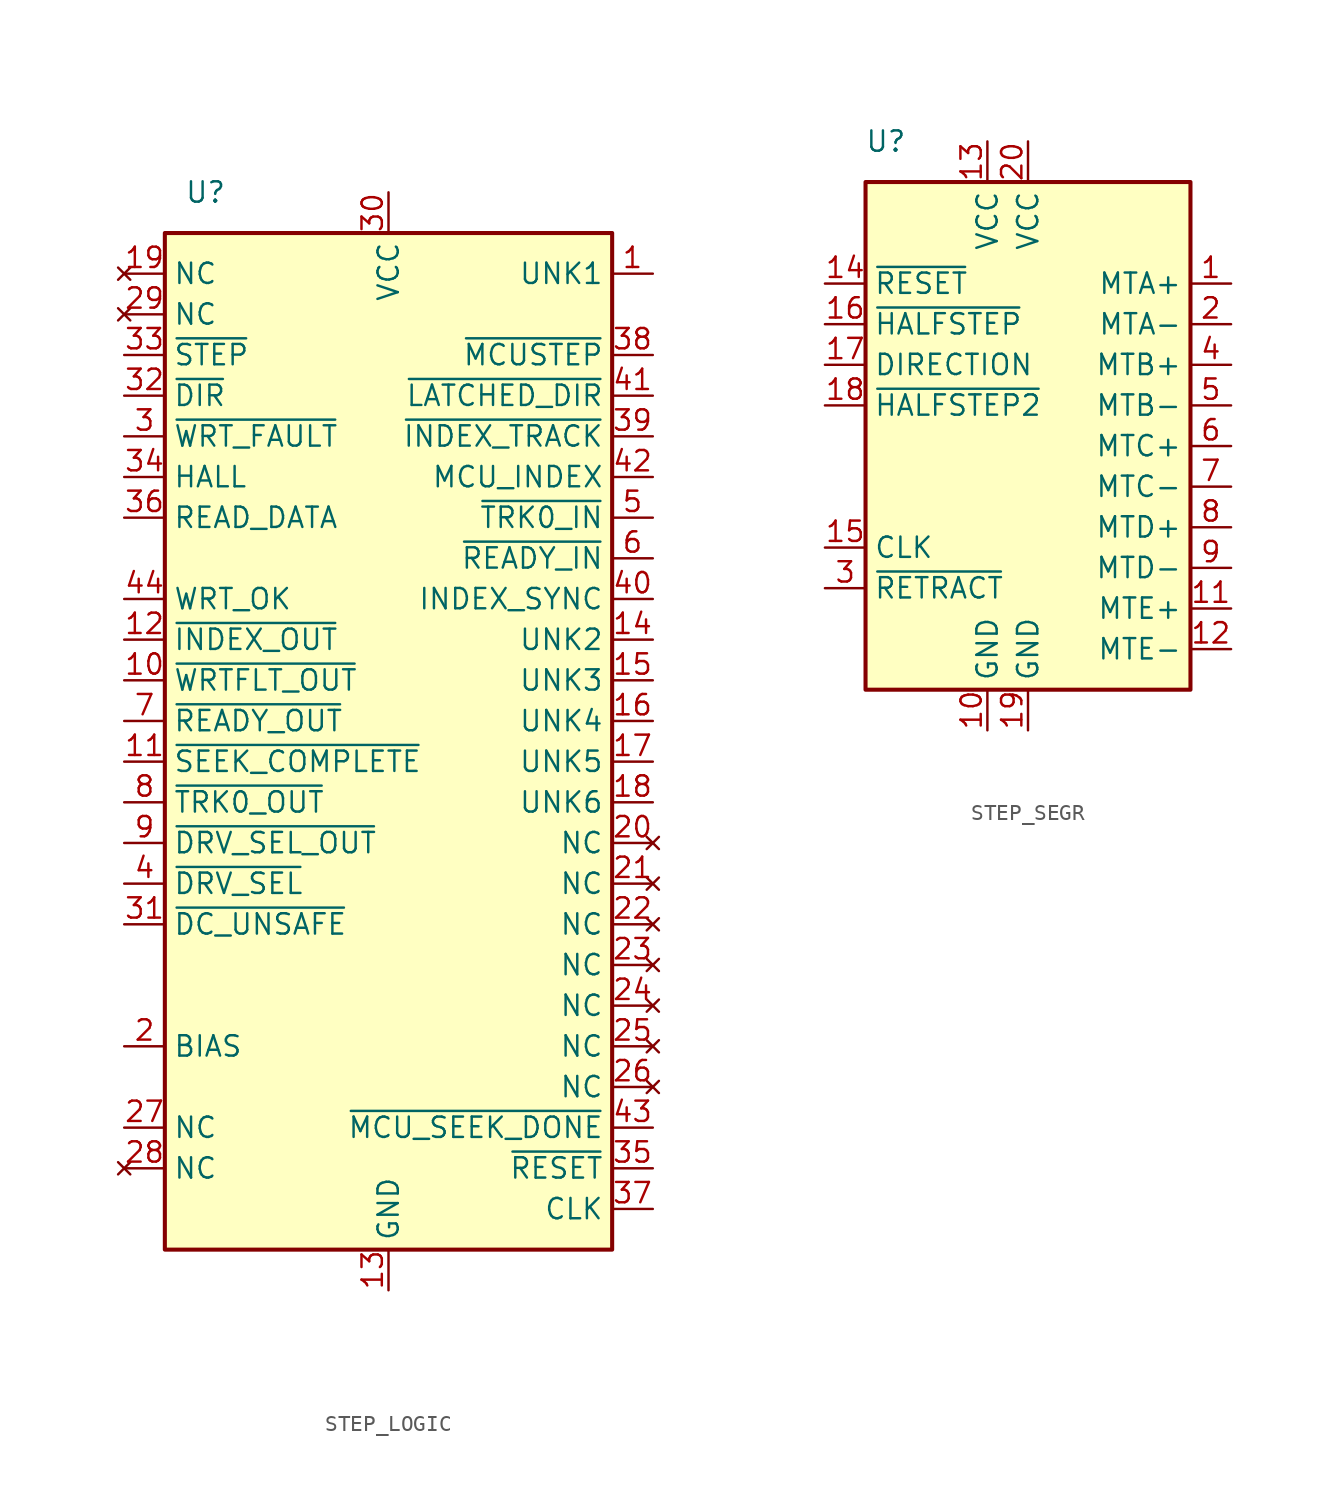
<source format=kicad_sym>
(kicad_symbol_lib
  (version 20220914)
  (generator kicad_symbol_editor)
  (symbol "STEP_LOGIC"
    (property "Reference" "U"
      (at 2.54 2.54 0)
      (effects (font (size 1.27 1.27))))
    (property "Value" ""
      (at 0 0 0)
      (effects (font (size 1.27 1.27))))
    (symbol "STEP_LOGIC_1_1"
      (rectangle (start 0 0) (end 27.94 -63.5) (stroke (width 0.254) (type default)) (fill (type background)))
      (pin unspecified line (at 30.48 -2.54 180) (length 2.54) (name "UNK1" (effects (font (size 1.27 1.27)))) (number "1" (effects (font (size 1.27 1.27)))))
      (pin output line (at -2.54 -27.94 0) (length 2.54) (name "~{WRTFLT_OUT}" (effects (font (size 1.27 1.27)))) (number "10" (effects (font (size 1.27 1.27)))))
      (pin output line (at -2.54 -33.02 0) (length 2.54) (name "~{SEEK_COMPLETE}" (effects (font (size 1.27 1.27)))) (number "11" (effects (font (size 1.27 1.27)))))
      (pin output line (at -2.54 -25.4 0) (length 2.54) (name "~{INDEX_OUT}" (effects (font (size 1.27 1.27)))) (number "12" (effects (font (size 1.27 1.27)))))
      (pin power_in line (at 13.97 -66.04 90) (length 2.54) (name "GND" (effects (font (size 1.27 1.27)))) (number "13" (effects (font (size 1.27 1.27)))))
      (pin unspecified line (at 30.48 -25.4 180) (length 2.54) (name "UNK2" (effects (font (size 1.27 1.27)))) (number "14" (effects (font (size 1.27 1.27)))))
      (pin unspecified line (at 30.48 -27.94 180) (length 2.54) (name "UNK3" (effects (font (size 1.27 1.27)))) (number "15" (effects (font (size 1.27 1.27)))))
      (pin unspecified line (at 30.48 -30.48 180) (length 2.54) (name "UNK4" (effects (font (size 1.27 1.27)))) (number "16" (effects (font (size 1.27 1.27)))))
      (pin unspecified line (at 30.48 -33.02 180) (length 2.54) (name "UNK5" (effects (font (size 1.27 1.27)))) (number "17" (effects (font (size 1.27 1.27)))))
      (pin unspecified line (at 30.48 -35.56 180) (length 2.54) (name "UNK6" (effects (font (size 1.27 1.27)))) (number "18" (effects (font (size 1.27 1.27)))))
      (pin no_connect line (at -2.54 -2.54 0) (length 2.54) (name "NC" (effects (font (size 1.27 1.27)))) (number "19" (effects (font (size 1.27 1.27)))))
      (pin passive line (at -2.54 -50.8 0) (length 2.54) (name "BIAS" (effects (font (size 1.27 1.27)))) (number "2" (effects (font (size 1.27 1.27)))))
      (pin no_connect line (at 30.48 -38.1 180) (length 2.54) (name "NC" (effects (font (size 1.27 1.27)))) (number "20" (effects (font (size 1.27 1.27)))))
      (pin no_connect line (at 30.48 -40.64 180) (length 2.54) (name "NC" (effects (font (size 1.27 1.27)))) (number "21" (effects (font (size 1.27 1.27)))))
      (pin no_connect line (at 30.48 -43.18 180) (length 2.54) (name "NC" (effects (font (size 1.27 1.27)))) (number "22" (effects (font (size 1.27 1.27)))))
      (pin no_connect line (at 30.48 -45.72 180) (length 2.54) (name "NC" (effects (font (size 1.27 1.27)))) (number "23" (effects (font (size 1.27 1.27)))))
      (pin no_connect line (at 30.48 -48.26 180) (length 2.54) (name "NC" (effects (font (size 1.27 1.27)))) (number "24" (effects (font (size 1.27 1.27)))))
      (pin no_connect line (at 30.48 -50.8 180) (length 2.54) (name "NC" (effects (font (size 1.27 1.27)))) (number "25" (effects (font (size 1.27 1.27)))))
      (pin no_connect line (at 30.48 -53.34 180) (length 2.54) (name "NC" (effects (font (size 1.27 1.27)))) (number "26" (effects (font (size 1.27 1.27)))))
      (pin passive line (at -2.54 -55.88 0) (length 2.54) (name "NC" (effects (font (size 1.27 1.27)))) (number "27" (effects (font (size 1.27 1.27)))))
      (pin no_connect line (at -2.54 -58.42 0) (length 2.54) (name "NC" (effects (font (size 1.27 1.27)))) (number "28" (effects (font (size 1.27 1.27)))))
      (pin no_connect line (at -2.54 -5.08 0) (length 2.54) (name "NC" (effects (font (size 1.27 1.27)))) (number "29" (effects (font (size 1.27 1.27)))))
      (pin input line (at -2.54 -12.7 0) (length 2.54) (name "~{WRT_FAULT}" (effects (font (size 1.27 1.27)))) (number "3" (effects (font (size 1.27 1.27)))))
      (pin power_in line (at 13.97 2.54 270) (length 2.54) (name "VCC" (effects (font (size 1.27 1.27)))) (number "30" (effects (font (size 1.27 1.27)))))
      (pin input line (at -2.54 -43.18 0) (length 2.54) (name "~{DC_UNSAFE}" (effects (font (size 1.27 1.27)))) (number "31" (effects (font (size 1.27 1.27)))))
      (pin input line (at -2.54 -10.16 0) (length 2.54) (name "~{DIR}" (effects (font (size 1.27 1.27)))) (number "32" (effects (font (size 1.27 1.27)))))
      (pin input line (at -2.54 -7.62 0) (length 2.54) (name "~{STEP}" (effects (font (size 1.27 1.27)))) (number "33" (effects (font (size 1.27 1.27)))))
      (pin input line (at -2.54 -15.24 0) (length 2.54) (name "HALL" (effects (font (size 1.27 1.27)))) (number "34" (effects (font (size 1.27 1.27)))))
      (pin input line (at 30.48 -58.42 180) (length 2.54) (name "~{RESET}" (effects (font (size 1.27 1.27)))) (number "35" (effects (font (size 1.27 1.27)))))
      (pin input line (at -2.54 -17.78 0) (length 2.54) (name "READ_DATA" (effects (font (size 1.27 1.27)))) (number "36" (effects (font (size 1.27 1.27)))))
      (pin input line (at 30.48 -60.96 180) (length 2.54) (name "CLK" (effects (font (size 1.27 1.27)))) (number "37" (effects (font (size 1.27 1.27)))))
      (pin output line (at 30.48 -7.62 180) (length 2.54) (name "~{MCUSTEP}" (effects (font (size 1.27 1.27)))) (number "38" (effects (font (size 1.27 1.27)))))
      (pin open_collector line (at 30.48 -12.7 180) (length 2.54) (name "~{INDEX_TRACK}" (effects (font (size 1.27 1.27)))) (number "39" (effects (font (size 1.27 1.27)))))
      (pin input line (at -2.54 -40.64 0) (length 2.54) (name "~{DRV_SEL}" (effects (font (size 1.27 1.27)))) (number "4" (effects (font (size 1.27 1.27)))))
      (pin input line (at 30.48 -22.86 180) (length 2.54) (name "INDEX_SYNC" (effects (font (size 1.27 1.27)))) (number "40" (effects (font (size 1.27 1.27)))))
      (pin output line (at 30.48 -10.16 180) (length 2.54) (name "~{LATCHED_DIR}" (effects (font (size 1.27 1.27)))) (number "41" (effects (font (size 1.27 1.27)))))
      (pin output line (at 30.48 -15.24 180) (length 2.54) (name "MCU_INDEX" (effects (font (size 1.27 1.27)))) (number "42" (effects (font (size 1.27 1.27)))))
      (pin input line (at 30.48 -55.88 180) (length 2.54) (name "~{MCU_SEEK_DONE}" (effects (font (size 1.27 1.27)))) (number "43" (effects (font (size 1.27 1.27)))))
      (pin output line (at -2.54 -22.86 0) (length 2.54) (name "WRT_OK" (effects (font (size 1.27 1.27)))) (number "44" (effects (font (size 1.27 1.27)))))
      (pin input line (at 30.48 -17.78 180) (length 2.54) (name "~{TRK0_IN}" (effects (font (size 1.27 1.27)))) (number "5" (effects (font (size 1.27 1.27)))))
      (pin input line (at 30.48 -20.32 180) (length 2.54) (name "~{READY_IN}" (effects (font (size 1.27 1.27)))) (number "6" (effects (font (size 1.27 1.27)))))
      (pin output line (at -2.54 -30.48 0) (length 2.54) (name "~{READY_OUT}" (effects (font (size 1.27 1.27)))) (number "7" (effects (font (size 1.27 1.27)))))
      (pin output line (at -2.54 -35.56 0) (length 2.54) (name "~{TRK0_OUT}" (effects (font (size 1.27 1.27)))) (number "8" (effects (font (size 1.27 1.27)))))
      (pin output line (at -2.54 -38.1 0) (length 2.54) (name "~{DRV_SEL_OUT}" (effects (font (size 1.27 1.27)))) (number "9" (effects (font (size 1.27 1.27)))))))
  (symbol "STEP_SEGR"
    (property "Reference" "U"
      (at 1.27 2.54 0)
      (effects (font (size 1.27 1.27))))
    (property "Value" ""
      (at 0 0 0)
      (effects (font (size 1.27 1.27))))
    (symbol "STEP_SEGR_1_1"
      (rectangle (start 0 0) (end 20.32 -31.75) (stroke (width 0.254) (type default)) (fill (type background)))
      (pin output line (at 22.86 -6.35 180) (length 2.54) (name "MTA+" (effects (font (size 1.27 1.27)))) (number "1" (effects (font (size 1.27 1.27)))))
      (pin power_in line (at 7.62 -34.29 90) (length 2.54) (name "GND" (effects (font (size 1.27 1.27)))) (number "10" (effects (font (size 1.27 1.27)))))
      (pin output line (at 22.86 -26.67 180) (length 2.54) (name "MTE+" (effects (font (size 1.27 1.27)))) (number "11" (effects (font (size 1.27 1.27)))))
      (pin output line (at 22.86 -29.21 180) (length 2.54) (name "MTE-" (effects (font (size 1.27 1.27)))) (number "12" (effects (font (size 1.27 1.27)))))
      (pin power_in line (at 7.62 2.54 270) (length 2.54) (name "VCC" (effects (font (size 1.27 1.27)))) (number "13" (effects (font (size 1.27 1.27)))))
      (pin input line (at -2.54 -6.35 0) (length 2.54) (name "~{RESET}" (effects (font (size 1.27 1.27)))) (number "14" (effects (font (size 1.27 1.27)))))
      (pin input line (at -2.54 -22.86 0) (length 2.54) (name "CLK" (effects (font (size 1.27 1.27)))) (number "15" (effects (font (size 1.27 1.27)))))
      (pin input line (at -2.54 -8.89 0) (length 2.54) (name "~{HALFSTEP}" (effects (font (size 1.27 1.27)))) (number "16" (effects (font (size 1.27 1.27)))))
      (pin input line (at -2.54 -11.43 0) (length 2.54) (name "DIRECTION" (effects (font (size 1.27 1.27)))) (number "17" (effects (font (size 1.27 1.27)))))
      (pin input line (at -2.54 -13.97 0) (length 2.54) (name "~{HALFSTEP2}" (effects (font (size 1.27 1.27)))) (number "18" (effects (font (size 1.27 1.27)))))
      (pin power_in line (at 10.16 -34.29 90) (length 2.54) (name "GND" (effects (font (size 1.27 1.27)))) (number "19" (effects (font (size 1.27 1.27)))))
      (pin output line (at 22.86 -8.89 180) (length 2.54) (name "MTA-" (effects (font (size 1.27 1.27)))) (number "2" (effects (font (size 1.27 1.27)))))
      (pin power_in line (at 10.16 2.54 270) (length 2.54) (name "VCC" (effects (font (size 1.27 1.27)))) (number "20" (effects (font (size 1.27 1.27)))))
      (pin input line (at -2.54 -25.4 0) (length 2.54) (name "~{RETRACT}" (effects (font (size 1.27 1.27)))) (number "3" (effects (font (size 1.27 1.27)))))
      (pin output line (at 22.86 -11.43 180) (length 2.54) (name "MTB+" (effects (font (size 1.27 1.27)))) (number "4" (effects (font (size 1.27 1.27)))))
      (pin output line (at 22.86 -13.97 180) (length 2.54) (name "MTB-" (effects (font (size 1.27 1.27)))) (number "5" (effects (font (size 1.27 1.27)))))
      (pin output line (at 22.86 -16.51 180) (length 2.54) (name "MTC+" (effects (font (size 1.27 1.27)))) (number "6" (effects (font (size 1.27 1.27)))))
      (pin output line (at 22.86 -19.05 180) (length 2.54) (name "MTC-" (effects (font (size 1.27 1.27)))) (number "7" (effects (font (size 1.27 1.27)))))
      (pin output line (at 22.86 -21.59 180) (length 2.54) (name "MTD+" (effects (font (size 1.27 1.27)))) (number "8" (effects (font (size 1.27 1.27)))))
      (pin output line (at 22.86 -24.13 180) (length 2.54) (name "MTD-" (effects (font (size 1.27 1.27)))) (number "9" (effects (font (size 1.27 1.27))))))))
</source>
